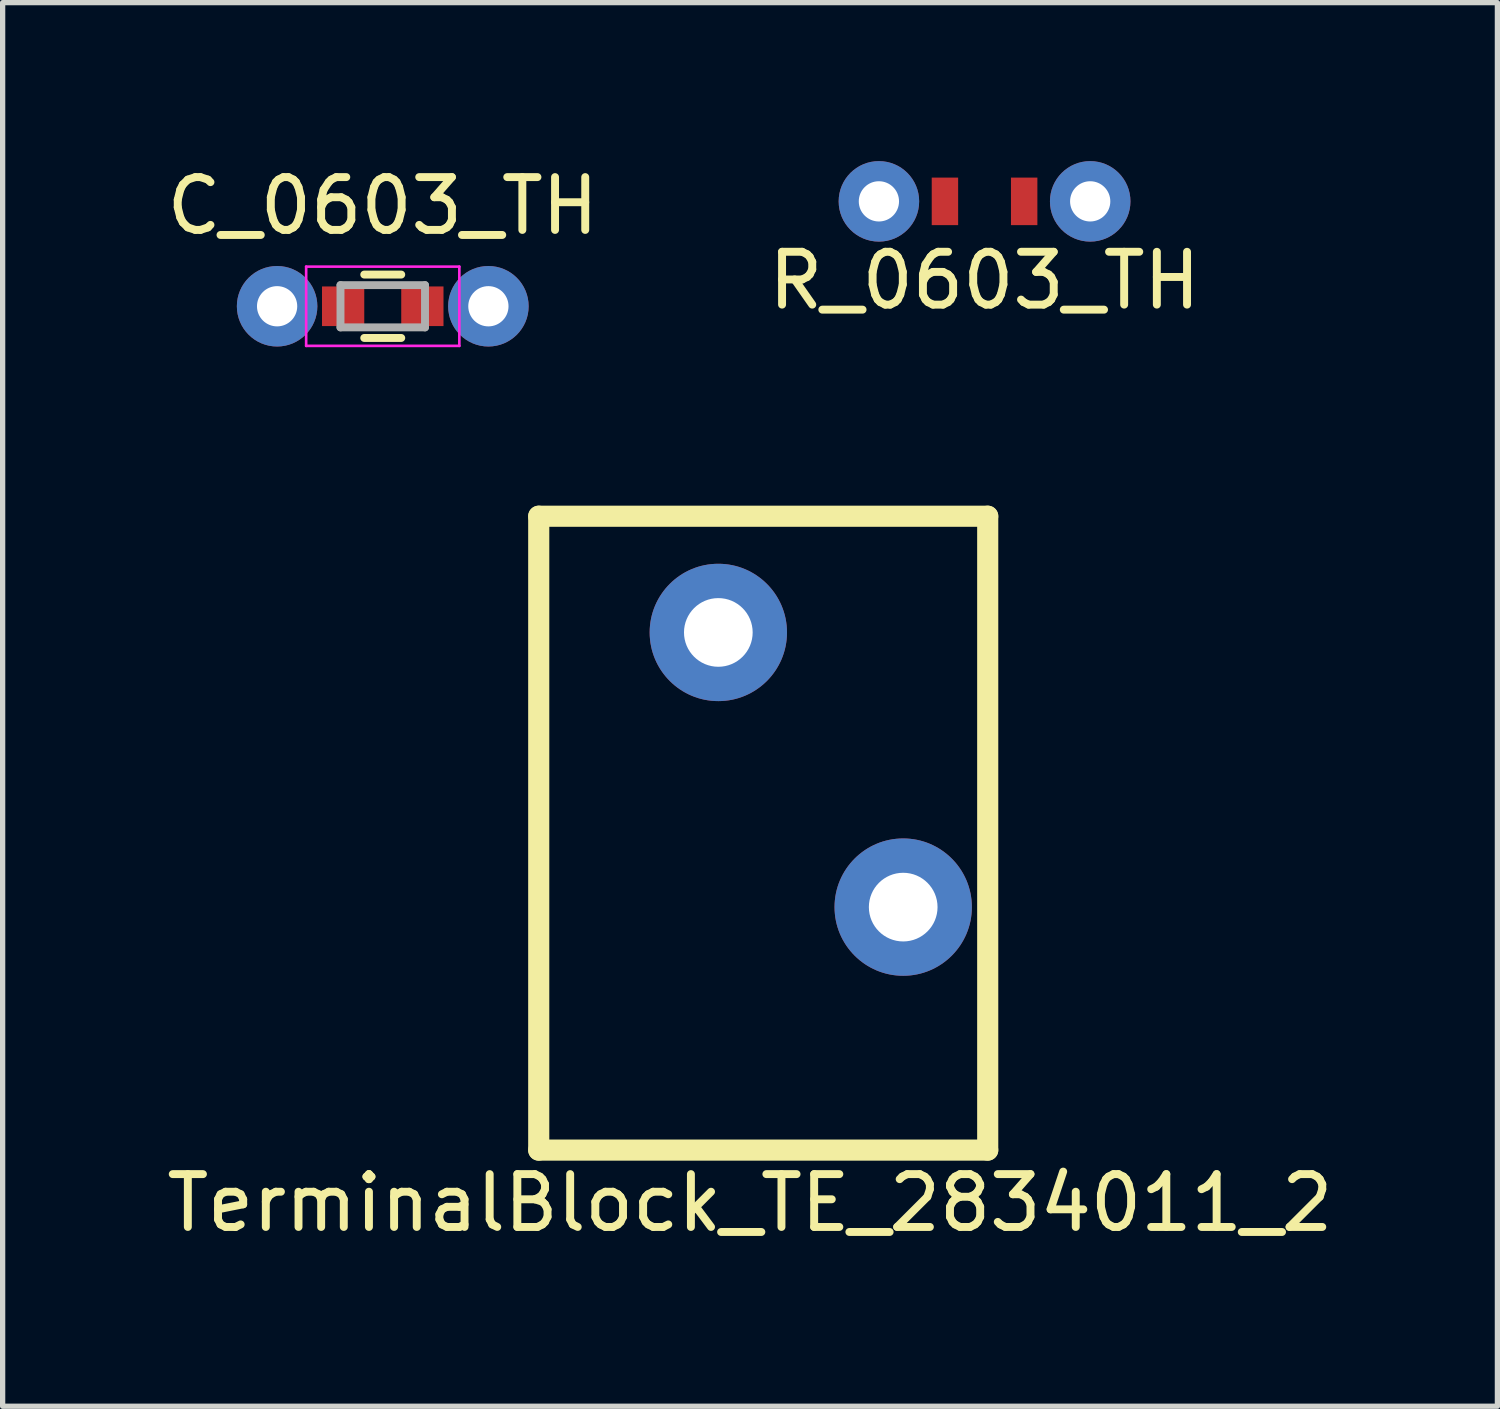
<source format=kicad_pcb>
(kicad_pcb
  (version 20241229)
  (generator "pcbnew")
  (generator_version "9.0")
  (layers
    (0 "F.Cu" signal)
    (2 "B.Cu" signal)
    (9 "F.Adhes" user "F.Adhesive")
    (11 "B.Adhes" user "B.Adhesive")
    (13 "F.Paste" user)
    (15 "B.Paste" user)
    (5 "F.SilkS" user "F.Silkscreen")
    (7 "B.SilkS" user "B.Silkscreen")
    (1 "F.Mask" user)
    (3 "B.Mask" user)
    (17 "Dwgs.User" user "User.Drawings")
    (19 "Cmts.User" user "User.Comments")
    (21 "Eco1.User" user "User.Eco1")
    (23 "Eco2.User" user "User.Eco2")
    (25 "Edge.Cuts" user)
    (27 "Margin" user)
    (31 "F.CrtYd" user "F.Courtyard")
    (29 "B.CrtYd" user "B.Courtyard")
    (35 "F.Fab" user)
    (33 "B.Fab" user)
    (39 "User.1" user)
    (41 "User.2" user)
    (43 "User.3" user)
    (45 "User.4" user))
  (footprint "C_0603_TH"
    (layer "F.Cu")
    (at 2.196 2.748)
    (property "Reference" "C_0603_TH" (at 2 -1.9 0) (layer "F.SilkS") (effects (font (size 1 1) (thickness 0.15))))
    (attr smd)
    (fp_line (start 1.65 -0.6) (end 2.35 -0.6) (stroke (width 0.15) (type solid)) (layer "F.SilkS"))
    (fp_line (start 2.35 0.6) (end 1.65 0.6) (stroke (width 0.15) (type solid)) (layer "F.SilkS"))
    (fp_line (start 0.55 -0.75) (end 0.55 0.75) (stroke (width 0.05) (type solid)) (layer "F.CrtYd"))
    (fp_line (start 0.55 -0.75) (end 3.45 -0.75) (stroke (width 0.05) (type solid)) (layer "F.CrtYd"))
    (fp_line (start 0.55 0.75) (end 3.45 0.75) (stroke (width 0.05) (type solid)) (layer "F.CrtYd"))
    (fp_line (start 3.45 -0.75) (end 3.45 0.75) (stroke (width 0.05) (type solid)) (layer "F.CrtYd"))
    (fp_line (start 1.2 -0.4) (end 2.8 -0.4) (stroke (width 0.15) (type solid)) (layer "F.Fab"))
    (fp_line (start 1.2 0.4) (end 1.2 -0.4) (stroke (width 0.15) (type solid)) (layer "F.Fab"))
    (fp_line (start 2.8 -0.4) (end 2.8 0.4) (stroke (width 0.15) (type solid)) (layer "F.Fab"))
    (fp_line (start 2.8 0.4) (end 1.2 0.4) (stroke (width 0.15) (type solid)) (layer "F.Fab"))
    (pad "1" thru_hole circle (at 0 0) (size 1.524 1.524) (drill 0.762) (layers "*.Cu" "*.Mask"))
    (pad "1" smd rect (at 1.25 0) (size 0.8 0.75) (layers "F.Cu" "F.Mask" "F.Paste"))
    (pad "2" smd rect (at 2.75 0) (size 0.8 0.75) (layers "F.Cu" "F.Mask" "F.Paste"))
    (pad "2" thru_hole circle (at 4 0) (size 1.524 1.524) (drill 0.762) (layers "*.Cu" "*.Mask")))
  (footprint "R_0603_TH"
    (layer "F.Cu")
    (at 13.589 0.762)
    (property "Reference" "R_0603_TH" (at 2 1.5 0) (layer "F.SilkS") (effects (font (size 1 1) (thickness 0.15))))
    (attr through_hole)
    (pad "1" thru_hole circle (at 0 0) (size 1.524 1.524) (drill 0.762) (layers "*.Cu" "*.Mask"))
    (pad "1" smd rect (at 1.25 0) (size 0.5 0.9) (layers "F.Cu" "F.Mask" "F.Paste"))
    (pad "2" smd rect (at 2.75 0) (size 0.5 0.9) (layers "F.Cu" "F.Mask" "F.Paste"))
    (pad "2" thru_hole circle (at 4 0) (size 1.524 1.524) (drill 0.762) (layers "*.Cu" "*.Mask")))
  (footprint "TerminalBlock_TE_2834011_2"
    (layer "F.Cu")
    (at 8.649 18.723)
    (property "Reference" "TerminalBlock_TE_2834011_2" (at 2.5 1 0) (layer "F.SilkS") (effects (font (size 1 1) (thickness 0.15))))
    (attr through_hole)
    (fp_line (start -1.5 -12) (end -1.5 0) (stroke (width 0.4) (type solid)) (layer "F.SilkS"))
    (fp_line (start -1.5 0) (end 7 0) (stroke (width 0.4) (type solid)) (layer "F.SilkS"))
    (fp_line (start 7 -12) (end -1.5 -12) (stroke (width 0.4) (type solid)) (layer "F.SilkS"))
    (fp_line (start 7 0) (end 7 -12) (stroke (width 0.4) (type solid)) (layer "F.SilkS"))
    (pad "1" thru_hole circle (at 5.4 -4.6) (size 2.6 2.6) (drill 1.3) (layers "*.Cu" "*.Mask"))
    (pad "2" thru_hole circle (at 1.9 -9.8) (size 2.6 2.6) (drill 1.3) (layers "*.Cu" "*.Mask")))
  (gr_rect
    (start -3 -3)
    (end 25.298 23.572)
    (stroke (width 0.1) (type default))
    (fill no)
    (layer "Edge.Cuts")))
</source>
